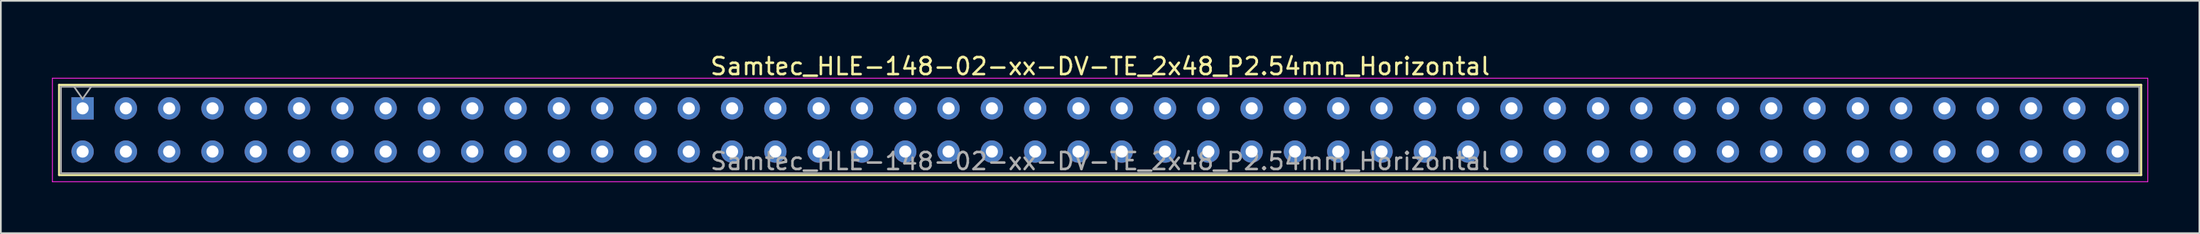
<source format=kicad_pcb>
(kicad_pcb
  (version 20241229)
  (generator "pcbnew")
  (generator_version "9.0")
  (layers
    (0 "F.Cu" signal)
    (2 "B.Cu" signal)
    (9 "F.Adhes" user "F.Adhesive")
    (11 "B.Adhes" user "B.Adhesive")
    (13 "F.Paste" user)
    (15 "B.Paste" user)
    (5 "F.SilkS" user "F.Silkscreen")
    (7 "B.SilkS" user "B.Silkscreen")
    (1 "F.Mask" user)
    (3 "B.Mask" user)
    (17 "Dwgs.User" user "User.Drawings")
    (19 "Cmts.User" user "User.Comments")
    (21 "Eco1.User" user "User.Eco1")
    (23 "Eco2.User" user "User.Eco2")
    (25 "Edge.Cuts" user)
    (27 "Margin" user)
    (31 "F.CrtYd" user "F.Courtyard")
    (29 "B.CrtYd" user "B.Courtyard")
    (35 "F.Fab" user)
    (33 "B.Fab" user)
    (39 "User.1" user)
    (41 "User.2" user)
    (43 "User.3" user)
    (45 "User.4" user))
  (footprint "Samtec_HLE-148-02-xx-DV-TE_2x48_P2.54mm_Horizontal"
    (layer "F.Cu")
    (at 1.795 3.318)
    (property "Reference" "Samtec_HLE-148-02-xx-DV-TE_2x48_P2.54mm_Horizontal" (at 59.69 -2.47 0) (layer "F.SilkS") (effects (font (size 1 1) (thickness 0.15))))
    (attr through_hole)
    (fp_line (start -1.38 -1.38) (end 120.76 -1.38) (stroke (width 0.12) (type solid)) (layer "F.SilkS"))
    (fp_line (start -1.38 3.92) (end -1.38 -1.38) (stroke (width 0.12) (type solid)) (layer "F.SilkS"))
    (fp_line (start 120.76 -1.38) (end 120.76 3.92) (stroke (width 0.12) (type solid)) (layer "F.SilkS"))
    (fp_line (start 120.76 3.92) (end -1.38 3.92) (stroke (width 0.12) (type solid)) (layer "F.SilkS"))
    (fp_line (start -1.77 -1.77) (end 121.15 -1.77) (stroke (width 0.05) (type solid)) (layer "F.CrtYd"))
    (fp_line (start -1.77 4.31) (end -1.77 -1.77) (stroke (width 0.05) (type solid)) (layer "F.CrtYd"))
    (fp_line (start 121.15 -1.77) (end 121.15 4.31) (stroke (width 0.05) (type solid)) (layer "F.CrtYd"))
    (fp_line (start 121.15 4.31) (end -1.77 4.31) (stroke (width 0.05) (type solid)) (layer "F.CrtYd"))
    (fp_line (start -1.27 -1.27) (end 120.65 -1.27) (stroke (width 0.1) (type solid)) (layer "F.Fab"))
    (fp_line (start -1.27 3.81) (end -1.27 -1.27) (stroke (width 0.1) (type solid)) (layer "F.Fab"))
    (fp_line (start -0.5 -1.27) (end 0 -0.563) (stroke (width 0.1) (type solid)) (layer "F.Fab"))
    (fp_line (start 0 -0.563) (end 0.5 -1.27) (stroke (width 0.1) (type solid)) (layer "F.Fab"))
    (fp_line (start 120.65 -1.27) (end 120.65 3.81) (stroke (width 0.1) (type solid)) (layer "F.Fab"))
    (fp_line (start 120.65 3.81) (end -1.27 3.81) (stroke (width 0.1) (type solid)) (layer "F.Fab"))
    (fp_text user "${REFERENCE}" (at 59.69 3.11 0) (layer "F.Fab") (effects (font (size 1 1) (thickness 0.15))))
    (pad "1" thru_hole rect (at 0 0) (size 1.31 1.31) (drill 0.71) (layers "*.Cu" "*.Mask"))
    (pad "2" thru_hole circle (at 0 2.54) (size 1.31 1.31) (drill 0.71) (layers "*.Cu" "*.Mask"))
    (pad "3" thru_hole circle (at 2.54 0) (size 1.31 1.31) (drill 0.71) (layers "*.Cu" "*.Mask"))
    (pad "4" thru_hole circle (at 2.54 2.54) (size 1.31 1.31) (drill 0.71) (layers "*.Cu" "*.Mask"))
    (pad "5" thru_hole circle (at 5.08 0) (size 1.31 1.31) (drill 0.71) (layers "*.Cu" "*.Mask"))
    (pad "6" thru_hole circle (at 5.08 2.54) (size 1.31 1.31) (drill 0.71) (layers "*.Cu" "*.Mask"))
    (pad "7" thru_hole circle (at 7.62 0) (size 1.31 1.31) (drill 0.71) (layers "*.Cu" "*.Mask"))
    (pad "8" thru_hole circle (at 7.62 2.54) (size 1.31 1.31) (drill 0.71) (layers "*.Cu" "*.Mask"))
    (pad "9" thru_hole circle (at 10.16 0) (size 1.31 1.31) (drill 0.71) (layers "*.Cu" "*.Mask"))
    (pad "10" thru_hole circle (at 10.16 2.54) (size 1.31 1.31) (drill 0.71) (layers "*.Cu" "*.Mask"))
    (pad "11" thru_hole circle (at 12.7 0) (size 1.31 1.31) (drill 0.71) (layers "*.Cu" "*.Mask"))
    (pad "12" thru_hole circle (at 12.7 2.54) (size 1.31 1.31) (drill 0.71) (layers "*.Cu" "*.Mask"))
    (pad "13" thru_hole circle (at 15.24 0) (size 1.31 1.31) (drill 0.71) (layers "*.Cu" "*.Mask"))
    (pad "14" thru_hole circle (at 15.24 2.54) (size 1.31 1.31) (drill 0.71) (layers "*.Cu" "*.Mask"))
    (pad "15" thru_hole circle (at 17.78 0) (size 1.31 1.31) (drill 0.71) (layers "*.Cu" "*.Mask"))
    (pad "16" thru_hole circle (at 17.78 2.54) (size 1.31 1.31) (drill 0.71) (layers "*.Cu" "*.Mask"))
    (pad "17" thru_hole circle (at 20.32 0) (size 1.31 1.31) (drill 0.71) (layers "*.Cu" "*.Mask"))
    (pad "18" thru_hole circle (at 20.32 2.54) (size 1.31 1.31) (drill 0.71) (layers "*.Cu" "*.Mask"))
    (pad "19" thru_hole circle (at 22.86 0) (size 1.31 1.31) (drill 0.71) (layers "*.Cu" "*.Mask"))
    (pad "20" thru_hole circle (at 22.86 2.54) (size 1.31 1.31) (drill 0.71) (layers "*.Cu" "*.Mask"))
    (pad "21" thru_hole circle (at 25.4 0) (size 1.31 1.31) (drill 0.71) (layers "*.Cu" "*.Mask"))
    (pad "22" thru_hole circle (at 25.4 2.54) (size 1.31 1.31) (drill 0.71) (layers "*.Cu" "*.Mask"))
    (pad "23" thru_hole circle (at 27.94 0) (size 1.31 1.31) (drill 0.71) (layers "*.Cu" "*.Mask"))
    (pad "24" thru_hole circle (at 27.94 2.54) (size 1.31 1.31) (drill 0.71) (layers "*.Cu" "*.Mask"))
    (pad "25" thru_hole circle (at 30.48 0) (size 1.31 1.31) (drill 0.71) (layers "*.Cu" "*.Mask"))
    (pad "26" thru_hole circle (at 30.48 2.54) (size 1.31 1.31) (drill 0.71) (layers "*.Cu" "*.Mask"))
    (pad "27" thru_hole circle (at 33.02 0) (size 1.31 1.31) (drill 0.71) (layers "*.Cu" "*.Mask"))
    (pad "28" thru_hole circle (at 33.02 2.54) (size 1.31 1.31) (drill 0.71) (layers "*.Cu" "*.Mask"))
    (pad "29" thru_hole circle (at 35.56 0) (size 1.31 1.31) (drill 0.71) (layers "*.Cu" "*.Mask"))
    (pad "30" thru_hole circle (at 35.56 2.54) (size 1.31 1.31) (drill 0.71) (layers "*.Cu" "*.Mask"))
    (pad "31" thru_hole circle (at 38.1 0) (size 1.31 1.31) (drill 0.71) (layers "*.Cu" "*.Mask"))
    (pad "32" thru_hole circle (at 38.1 2.54) (size 1.31 1.31) (drill 0.71) (layers "*.Cu" "*.Mask"))
    (pad "33" thru_hole circle (at 40.64 0) (size 1.31 1.31) (drill 0.71) (layers "*.Cu" "*.Mask"))
    (pad "34" thru_hole circle (at 40.64 2.54) (size 1.31 1.31) (drill 0.71) (layers "*.Cu" "*.Mask"))
    (pad "35" thru_hole circle (at 43.18 0) (size 1.31 1.31) (drill 0.71) (layers "*.Cu" "*.Mask"))
    (pad "36" thru_hole circle (at 43.18 2.54) (size 1.31 1.31) (drill 0.71) (layers "*.Cu" "*.Mask"))
    (pad "37" thru_hole circle (at 45.72 0) (size 1.31 1.31) (drill 0.71) (layers "*.Cu" "*.Mask"))
    (pad "38" thru_hole circle (at 45.72 2.54) (size 1.31 1.31) (drill 0.71) (layers "*.Cu" "*.Mask"))
    (pad "39" thru_hole circle (at 48.26 0) (size 1.31 1.31) (drill 0.71) (layers "*.Cu" "*.Mask"))
    (pad "40" thru_hole circle (at 48.26 2.54) (size 1.31 1.31) (drill 0.71) (layers "*.Cu" "*.Mask"))
    (pad "41" thru_hole circle (at 50.8 0) (size 1.31 1.31) (drill 0.71) (layers "*.Cu" "*.Mask"))
    (pad "42" thru_hole circle (at 50.8 2.54) (size 1.31 1.31) (drill 0.71) (layers "*.Cu" "*.Mask"))
    (pad "43" thru_hole circle (at 53.34 0) (size 1.31 1.31) (drill 0.71) (layers "*.Cu" "*.Mask"))
    (pad "44" thru_hole circle (at 53.34 2.54) (size 1.31 1.31) (drill 0.71) (layers "*.Cu" "*.Mask"))
    (pad "45" thru_hole circle (at 55.88 0) (size 1.31 1.31) (drill 0.71) (layers "*.Cu" "*.Mask"))
    (pad "46" thru_hole circle (at 55.88 2.54) (size 1.31 1.31) (drill 0.71) (layers "*.Cu" "*.Mask"))
    (pad "47" thru_hole circle (at 58.42 0) (size 1.31 1.31) (drill 0.71) (layers "*.Cu" "*.Mask"))
    (pad "48" thru_hole circle (at 58.42 2.54) (size 1.31 1.31) (drill 0.71) (layers "*.Cu" "*.Mask"))
    (pad "49" thru_hole circle (at 60.96 0) (size 1.31 1.31) (drill 0.71) (layers "*.Cu" "*.Mask"))
    (pad "50" thru_hole circle (at 60.96 2.54) (size 1.31 1.31) (drill 0.71) (layers "*.Cu" "*.Mask"))
    (pad "51" thru_hole circle (at 63.5 0) (size 1.31 1.31) (drill 0.71) (layers "*.Cu" "*.Mask"))
    (pad "52" thru_hole circle (at 63.5 2.54) (size 1.31 1.31) (drill 0.71) (layers "*.Cu" "*.Mask"))
    (pad "53" thru_hole circle (at 66.04 0) (size 1.31 1.31) (drill 0.71) (layers "*.Cu" "*.Mask"))
    (pad "54" thru_hole circle (at 66.04 2.54) (size 1.31 1.31) (drill 0.71) (layers "*.Cu" "*.Mask"))
    (pad "55" thru_hole circle (at 68.58 0) (size 1.31 1.31) (drill 0.71) (layers "*.Cu" "*.Mask"))
    (pad "56" thru_hole circle (at 68.58 2.54) (size 1.31 1.31) (drill 0.71) (layers "*.Cu" "*.Mask"))
    (pad "57" thru_hole circle (at 71.12 0) (size 1.31 1.31) (drill 0.71) (layers "*.Cu" "*.Mask"))
    (pad "58" thru_hole circle (at 71.12 2.54) (size 1.31 1.31) (drill 0.71) (layers "*.Cu" "*.Mask"))
    (pad "59" thru_hole circle (at 73.66 0) (size 1.31 1.31) (drill 0.71) (layers "*.Cu" "*.Mask"))
    (pad "60" thru_hole circle (at 73.66 2.54) (size 1.31 1.31) (drill 0.71) (layers "*.Cu" "*.Mask"))
    (pad "61" thru_hole circle (at 76.2 0) (size 1.31 1.31) (drill 0.71) (layers "*.Cu" "*.Mask"))
    (pad "62" thru_hole circle (at 76.2 2.54) (size 1.31 1.31) (drill 0.71) (layers "*.Cu" "*.Mask"))
    (pad "63" thru_hole circle (at 78.74 0) (size 1.31 1.31) (drill 0.71) (layers "*.Cu" "*.Mask"))
    (pad "64" thru_hole circle (at 78.74 2.54) (size 1.31 1.31) (drill 0.71) (layers "*.Cu" "*.Mask"))
    (pad "65" thru_hole circle (at 81.28 0) (size 1.31 1.31) (drill 0.71) (layers "*.Cu" "*.Mask"))
    (pad "66" thru_hole circle (at 81.28 2.54) (size 1.31 1.31) (drill 0.71) (layers "*.Cu" "*.Mask"))
    (pad "67" thru_hole circle (at 83.82 0) (size 1.31 1.31) (drill 0.71) (layers "*.Cu" "*.Mask"))
    (pad "68" thru_hole circle (at 83.82 2.54) (size 1.31 1.31) (drill 0.71) (layers "*.Cu" "*.Mask"))
    (pad "69" thru_hole circle (at 86.36 0) (size 1.31 1.31) (drill 0.71) (layers "*.Cu" "*.Mask"))
    (pad "70" thru_hole circle (at 86.36 2.54) (size 1.31 1.31) (drill 0.71) (layers "*.Cu" "*.Mask"))
    (pad "71" thru_hole circle (at 88.9 0) (size 1.31 1.31) (drill 0.71) (layers "*.Cu" "*.Mask"))
    (pad "72" thru_hole circle (at 88.9 2.54) (size 1.31 1.31) (drill 0.71) (layers "*.Cu" "*.Mask"))
    (pad "73" thru_hole circle (at 91.44 0) (size 1.31 1.31) (drill 0.71) (layers "*.Cu" "*.Mask"))
    (pad "74" thru_hole circle (at 91.44 2.54) (size 1.31 1.31) (drill 0.71) (layers "*.Cu" "*.Mask"))
    (pad "75" thru_hole circle (at 93.98 0) (size 1.31 1.31) (drill 0.71) (layers "*.Cu" "*.Mask"))
    (pad "76" thru_hole circle (at 93.98 2.54) (size 1.31 1.31) (drill 0.71) (layers "*.Cu" "*.Mask"))
    (pad "77" thru_hole circle (at 96.52 0) (size 1.31 1.31) (drill 0.71) (layers "*.Cu" "*.Mask"))
    (pad "78" thru_hole circle (at 96.52 2.54) (size 1.31 1.31) (drill 0.71) (layers "*.Cu" "*.Mask"))
    (pad "79" thru_hole circle (at 99.06 0) (size 1.31 1.31) (drill 0.71) (layers "*.Cu" "*.Mask"))
    (pad "80" thru_hole circle (at 99.06 2.54) (size 1.31 1.31) (drill 0.71) (layers "*.Cu" "*.Mask"))
    (pad "81" thru_hole circle (at 101.6 0) (size 1.31 1.31) (drill 0.71) (layers "*.Cu" "*.Mask"))
    (pad "82" thru_hole circle (at 101.6 2.54) (size 1.31 1.31) (drill 0.71) (layers "*.Cu" "*.Mask"))
    (pad "83" thru_hole circle (at 104.14 0) (size 1.31 1.31) (drill 0.71) (layers "*.Cu" "*.Mask"))
    (pad "84" thru_hole circle (at 104.14 2.54) (size 1.31 1.31) (drill 0.71) (layers "*.Cu" "*.Mask"))
    (pad "85" thru_hole circle (at 106.68 0) (size 1.31 1.31) (drill 0.71) (layers "*.Cu" "*.Mask"))
    (pad "86" thru_hole circle (at 106.68 2.54) (size 1.31 1.31) (drill 0.71) (layers "*.Cu" "*.Mask"))
    (pad "87" thru_hole circle (at 109.22 0) (size 1.31 1.31) (drill 0.71) (layers "*.Cu" "*.Mask"))
    (pad "88" thru_hole circle (at 109.22 2.54) (size 1.31 1.31) (drill 0.71) (layers "*.Cu" "*.Mask"))
    (pad "89" thru_hole circle (at 111.76 0) (size 1.31 1.31) (drill 0.71) (layers "*.Cu" "*.Mask"))
    (pad "90" thru_hole circle (at 111.76 2.54) (size 1.31 1.31) (drill 0.71) (layers "*.Cu" "*.Mask"))
    (pad "91" thru_hole circle (at 114.3 0) (size 1.31 1.31) (drill 0.71) (layers "*.Cu" "*.Mask"))
    (pad "92" thru_hole circle (at 114.3 2.54) (size 1.31 1.31) (drill 0.71) (layers "*.Cu" "*.Mask"))
    (pad "93" thru_hole circle (at 116.84 0) (size 1.31 1.31) (drill 0.71) (layers "*.Cu" "*.Mask"))
    (pad "94" thru_hole circle (at 116.84 2.54) (size 1.31 1.31) (drill 0.71) (layers "*.Cu" "*.Mask"))
    (pad "95" thru_hole circle (at 119.38 0) (size 1.31 1.31) (drill 0.71) (layers "*.Cu" "*.Mask"))
    (pad "96" thru_hole circle (at 119.38 2.54) (size 1.31 1.31) (drill 0.71) (layers "*.Cu" "*.Mask")))
  (gr_rect
    (start -3 -3)
    (end 125.97 10.653)
    (stroke (width 0.1) (type default))
    (fill no)
    (layer "Edge.Cuts")))
</source>
